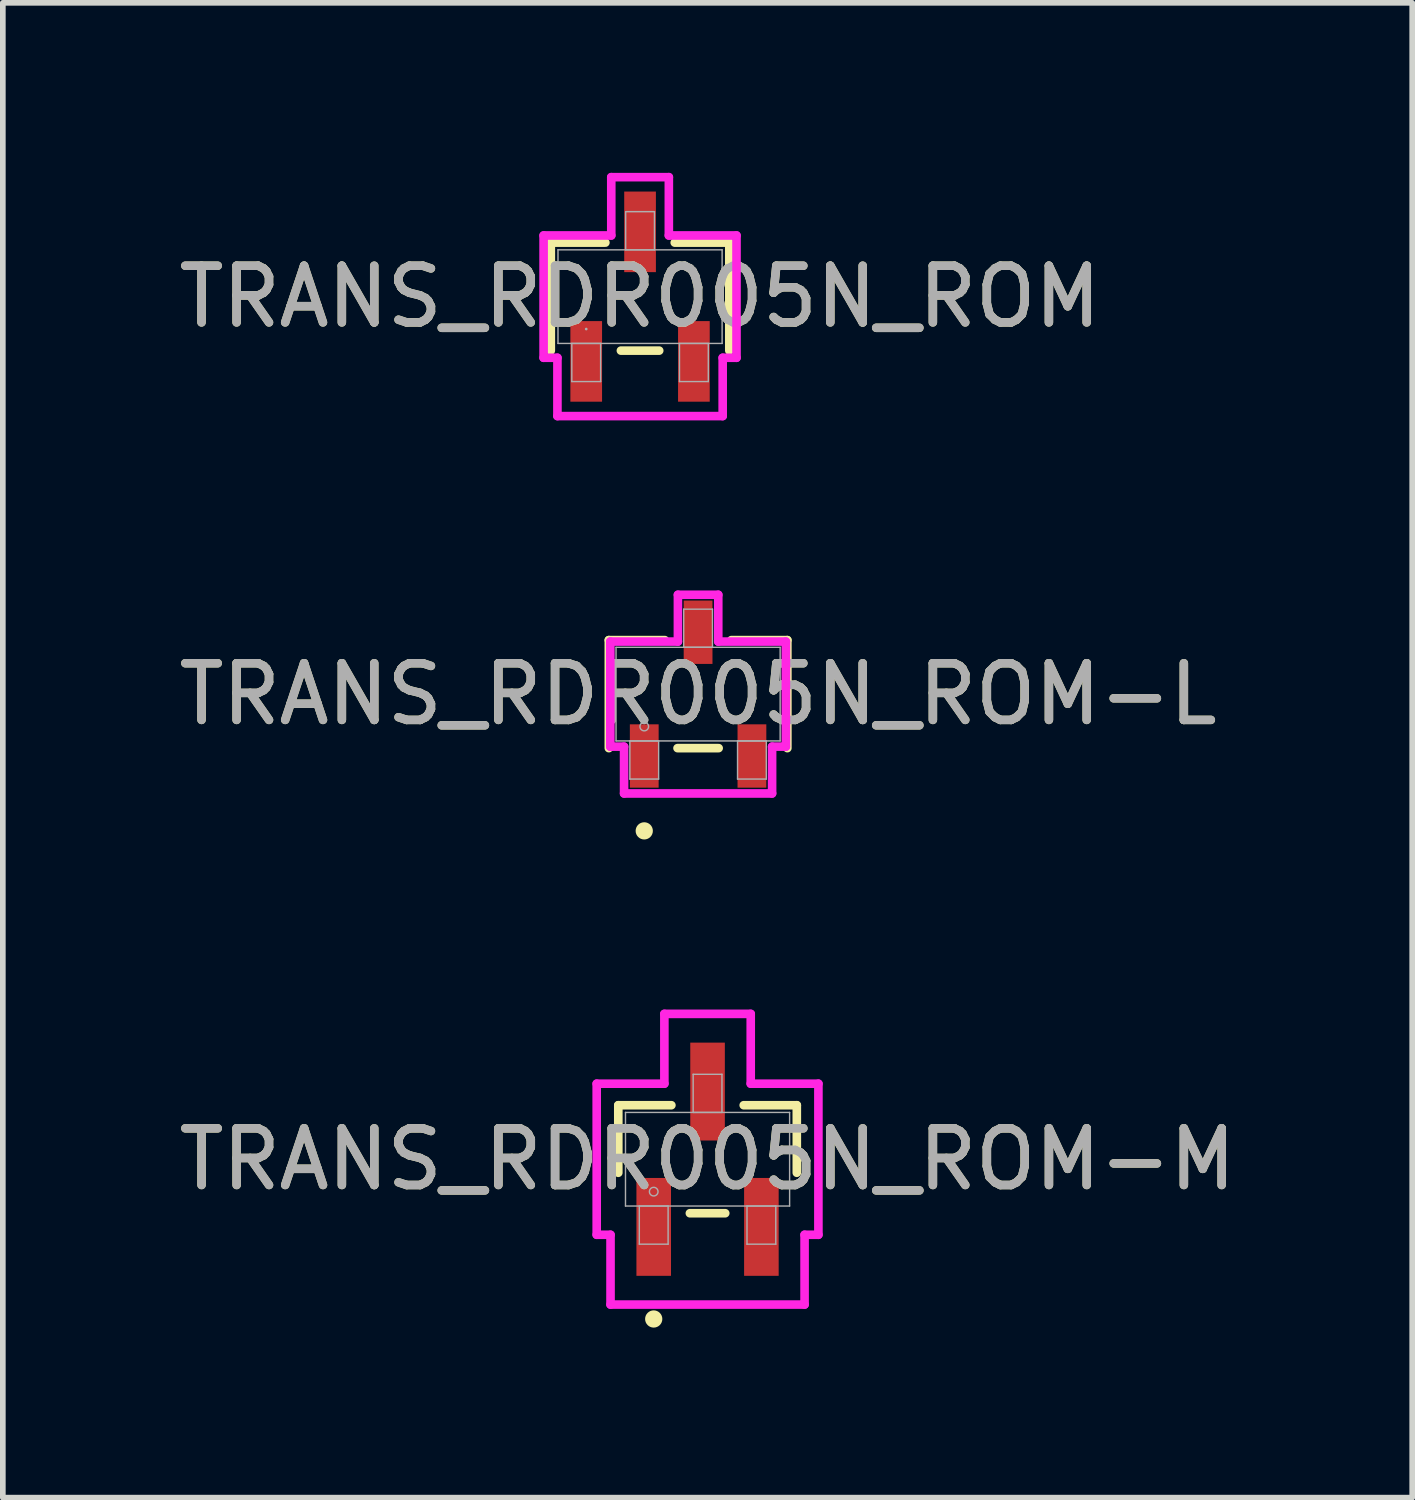
<source format=kicad_pcb>
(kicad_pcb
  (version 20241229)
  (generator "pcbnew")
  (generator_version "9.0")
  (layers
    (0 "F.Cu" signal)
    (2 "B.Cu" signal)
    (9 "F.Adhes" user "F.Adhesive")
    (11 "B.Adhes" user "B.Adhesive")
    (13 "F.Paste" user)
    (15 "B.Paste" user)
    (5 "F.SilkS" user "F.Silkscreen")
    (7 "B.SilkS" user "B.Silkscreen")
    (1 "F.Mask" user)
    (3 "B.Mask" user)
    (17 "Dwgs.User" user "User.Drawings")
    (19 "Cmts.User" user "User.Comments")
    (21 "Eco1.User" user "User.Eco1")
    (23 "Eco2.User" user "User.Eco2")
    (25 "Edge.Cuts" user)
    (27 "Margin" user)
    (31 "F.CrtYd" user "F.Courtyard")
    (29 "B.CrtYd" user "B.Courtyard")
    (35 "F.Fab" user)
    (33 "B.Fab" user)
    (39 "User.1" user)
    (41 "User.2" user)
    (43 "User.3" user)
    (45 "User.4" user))
  (footprint "TRANS_RDR005N_ROM-M"
    (layer "F.Cu")
    (at 9.435 17.405)
    (property "Reference" "TRANS_RDR005N_ROM-M" (at 0 0 0) (unlocked yes) (layer "F.SilkS") (effects (font (size 1 1) (thickness 0.15))))
    (attr smd)
    (fp_line (start -1.575 -0.953) (end -1.575 0.239) (stroke (width 0.152) (type solid)) (layer "F.SilkS"))
    (fp_line (start -0.638 -0.953) (end -1.575 -0.953) (stroke (width 0.152) (type solid)) (layer "F.SilkS"))
    (fp_line (start -0.312 0.953) (end 0.312 0.953) (stroke (width 0.152) (type solid)) (layer "F.SilkS"))
    (fp_line (start 1.575 -0.953) (end 0.638 -0.953) (stroke (width 0.152) (type solid)) (layer "F.SilkS"))
    (fp_line (start 1.575 0.239) (end 1.575 -0.953) (stroke (width 0.152) (type solid)) (layer "F.SilkS"))
    (fp_circle (center -0.95 2.819) (end -0.874 2.819) (stroke (width 0.152) (type solid)) (fill no) (layer "F.SilkS"))
    (fp_line (start -1.956 -1.333) (end -0.762 -1.333) (stroke (width 0.152) (type solid)) (layer "F.CrtYd"))
    (fp_line (start -1.956 1.333) (end -1.956 -1.333) (stroke (width 0.152) (type solid)) (layer "F.CrtYd"))
    (fp_line (start -1.956 1.333) (end -1.712 1.333) (stroke (width 0.152) (type solid)) (layer "F.CrtYd"))
    (fp_line (start -1.712 1.333) (end -1.712 2.565) (stroke (width 0.152) (type solid)) (layer "F.CrtYd"))
    (fp_line (start -1.712 2.565) (end 1.712 2.565) (stroke (width 0.152) (type solid)) (layer "F.CrtYd"))
    (fp_line (start -0.762 -2.565) (end 0.762 -2.565) (stroke (width 0.152) (type solid)) (layer "F.CrtYd"))
    (fp_line (start -0.762 -1.333) (end -0.762 -2.565) (stroke (width 0.152) (type solid)) (layer "F.CrtYd"))
    (fp_line (start 0.762 -1.333) (end 0.762 -2.565) (stroke (width 0.152) (type solid)) (layer "F.CrtYd"))
    (fp_line (start 1.712 1.333) (end 1.712 2.565) (stroke (width 0.152) (type solid)) (layer "F.CrtYd"))
    (fp_line (start 1.956 -1.333) (end 0.762 -1.333) (stroke (width 0.152) (type solid)) (layer "F.CrtYd"))
    (fp_line (start 1.956 -1.333) (end 1.956 1.333) (stroke (width 0.152) (type solid)) (layer "F.CrtYd"))
    (fp_line (start 1.956 1.333) (end 1.712 1.333) (stroke (width 0.152) (type solid)) (layer "F.CrtYd"))
    (fp_line (start -1.448 -0.826) (end -1.448 0.826) (stroke (width 0.025) (type solid)) (layer "F.Fab"))
    (fp_line (start -1.448 0.826) (end 1.448 0.826) (stroke (width 0.025) (type solid)) (layer "F.Fab"))
    (fp_line (start -1.204 0.826) (end -1.204 1.499) (stroke (width 0.025) (type solid)) (layer "F.Fab"))
    (fp_line (start -1.204 1.499) (end -0.696 1.499) (stroke (width 0.025) (type solid)) (layer "F.Fab"))
    (fp_line (start -0.696 0.826) (end -1.204 0.826) (stroke (width 0.025) (type solid)) (layer "F.Fab"))
    (fp_line (start -0.696 1.499) (end -0.696 0.826) (stroke (width 0.025) (type solid)) (layer "F.Fab"))
    (fp_line (start -0.254 -1.499) (end -0.254 -0.826) (stroke (width 0.025) (type solid)) (layer "F.Fab"))
    (fp_line (start -0.254 -0.826) (end 0.254 -0.826) (stroke (width 0.025) (type solid)) (layer "F.Fab"))
    (fp_line (start 0.254 -1.499) (end -0.254 -1.499) (stroke (width 0.025) (type solid)) (layer "F.Fab"))
    (fp_line (start 0.254 -0.826) (end 0.254 -1.499) (stroke (width 0.025) (type solid)) (layer "F.Fab"))
    (fp_line (start 0.696 0.826) (end 0.696 1.499) (stroke (width 0.025) (type solid)) (layer "F.Fab"))
    (fp_line (start 0.696 1.499) (end 1.204 1.499) (stroke (width 0.025) (type solid)) (layer "F.Fab"))
    (fp_line (start 1.204 0.826) (end 0.696 0.826) (stroke (width 0.025) (type solid)) (layer "F.Fab"))
    (fp_line (start 1.204 1.499) (end 1.204 0.826) (stroke (width 0.025) (type solid)) (layer "F.Fab"))
    (fp_line (start 1.448 -0.826) (end -1.448 -0.826) (stroke (width 0.025) (type solid)) (layer "F.Fab"))
    (fp_line (start 1.448 0.826) (end 1.448 -0.826) (stroke (width 0.025) (type solid)) (layer "F.Fab"))
    (fp_circle (center -0.95 0.572) (end -0.874 0.572) (stroke (width 0.025) (type solid)) (fill no) (layer "F.Fab"))
    (fp_text user "${REFERENCE}" (at 0 0 0) (unlocked yes) (layer "F.Fab") (effects (font (size 1 1) (thickness 0.15))))
    (pad "1" smd rect (at -0.95 1.194) (size 0.61 1.727) (layers "F.Cu" "F.Mask" "F.Paste"))
    (pad "2" smd rect (at 0.95 1.194) (size 0.61 1.727) (layers "F.Cu" "F.Mask" "F.Paste"))
    (pad "3" smd rect (at 0 -1.194) (size 0.61 1.727) (layers "F.Cu" "F.Mask" "F.Paste")))
  (footprint "TRANS_RDR005N_ROM-L"
    (layer "F.Cu")
    (at 9.268 9.198)
    (property "Reference" "TRANS_RDR005N_ROM-L" (at 0 0 0) (unlocked yes) (layer "F.SilkS") (effects (font (size 1 1) (thickness 0.15))))
    (attr smd)
    (fp_line (start -1.575 -0.953) (end -1.575 0.953) (stroke (width 0.152) (type solid)) (layer "F.SilkS"))
    (fp_line (start -0.587 -0.953) (end -1.575 -0.953) (stroke (width 0.152) (type solid)) (layer "F.SilkS"))
    (fp_line (start -0.363 0.953) (end 0.363 0.953) (stroke (width 0.152) (type solid)) (layer "F.SilkS"))
    (fp_line (start 1.575 -0.953) (end 0.587 -0.953) (stroke (width 0.152) (type solid)) (layer "F.SilkS"))
    (fp_line (start 1.575 0.953) (end 1.575 -0.953) (stroke (width 0.152) (type solid)) (layer "F.SilkS"))
    (fp_circle (center -0.95 2.413) (end -0.874 2.413) (stroke (width 0.152) (type solid)) (fill no) (layer "F.SilkS"))
    (fp_line (start -1.549 -0.927) (end -0.356 -0.927) (stroke (width 0.152) (type solid)) (layer "F.CrtYd"))
    (fp_line (start -1.549 0.927) (end -1.549 -0.927) (stroke (width 0.152) (type solid)) (layer "F.CrtYd"))
    (fp_line (start -1.549 0.927) (end -1.306 0.927) (stroke (width 0.152) (type solid)) (layer "F.CrtYd"))
    (fp_line (start -1.306 0.927) (end -1.306 1.753) (stroke (width 0.152) (type solid)) (layer "F.CrtYd"))
    (fp_line (start -1.306 1.753) (end 1.306 1.753) (stroke (width 0.152) (type solid)) (layer "F.CrtYd"))
    (fp_line (start -0.356 -1.753) (end 0.356 -1.753) (stroke (width 0.152) (type solid)) (layer "F.CrtYd"))
    (fp_line (start -0.356 -0.927) (end -0.356 -1.753) (stroke (width 0.152) (type solid)) (layer "F.CrtYd"))
    (fp_line (start 0.356 -0.927) (end 0.356 -1.753) (stroke (width 0.152) (type solid)) (layer "F.CrtYd"))
    (fp_line (start 1.306 0.927) (end 1.306 1.753) (stroke (width 0.152) (type solid)) (layer "F.CrtYd"))
    (fp_line (start 1.549 -0.927) (end 0.356 -0.927) (stroke (width 0.152) (type solid)) (layer "F.CrtYd"))
    (fp_line (start 1.549 -0.927) (end 1.549 0.927) (stroke (width 0.152) (type solid)) (layer "F.CrtYd"))
    (fp_line (start 1.549 0.927) (end 1.306 0.927) (stroke (width 0.152) (type solid)) (layer "F.CrtYd"))
    (fp_line (start -1.448 -0.826) (end -1.448 0.826) (stroke (width 0.025) (type solid)) (layer "F.Fab"))
    (fp_line (start -1.448 0.826) (end 1.448 0.826) (stroke (width 0.025) (type solid)) (layer "F.Fab"))
    (fp_line (start -1.204 0.826) (end -1.204 1.499) (stroke (width 0.025) (type solid)) (layer "F.Fab"))
    (fp_line (start -1.204 1.499) (end -0.696 1.499) (stroke (width 0.025) (type solid)) (layer "F.Fab"))
    (fp_line (start -0.696 0.826) (end -1.204 0.826) (stroke (width 0.025) (type solid)) (layer "F.Fab"))
    (fp_line (start -0.696 1.499) (end -0.696 0.826) (stroke (width 0.025) (type solid)) (layer "F.Fab"))
    (fp_line (start -0.254 -1.499) (end -0.254 -0.826) (stroke (width 0.025) (type solid)) (layer "F.Fab"))
    (fp_line (start -0.254 -0.826) (end 0.254 -0.826) (stroke (width 0.025) (type solid)) (layer "F.Fab"))
    (fp_line (start 0.254 -1.499) (end -0.254 -1.499) (stroke (width 0.025) (type solid)) (layer "F.Fab"))
    (fp_line (start 0.254 -0.826) (end 0.254 -1.499) (stroke (width 0.025) (type solid)) (layer "F.Fab"))
    (fp_line (start 0.696 0.826) (end 0.696 1.499) (stroke (width 0.025) (type solid)) (layer "F.Fab"))
    (fp_line (start 0.696 1.499) (end 1.204 1.499) (stroke (width 0.025) (type solid)) (layer "F.Fab"))
    (fp_line (start 1.204 0.826) (end 0.696 0.826) (stroke (width 0.025) (type solid)) (layer "F.Fab"))
    (fp_line (start 1.204 1.499) (end 1.204 0.826) (stroke (width 0.025) (type solid)) (layer "F.Fab"))
    (fp_line (start 1.448 -0.826) (end -1.448 -0.826) (stroke (width 0.025) (type solid)) (layer "F.Fab"))
    (fp_line (start 1.448 0.826) (end 1.448 -0.826) (stroke (width 0.025) (type solid)) (layer "F.Fab"))
    (fp_circle (center -0.95 0.572) (end -0.874 0.572) (stroke (width 0.025) (type solid)) (fill no) (layer "F.Fab"))
    (fp_text user "${REFERENCE}" (at 0 0 0) (unlocked yes) (layer "F.Fab") (effects (font (size 1 1) (thickness 0.15))))
    (pad "1" smd rect (at -0.95 1.092) (size 0.508 1.118) (layers "F.Cu" "F.Mask" "F.Paste"))
    (pad "2" smd rect (at 0.95 1.092) (size 0.508 1.118) (layers "F.Cu" "F.Mask" "F.Paste"))
    (pad "3" smd rect (at 0 -1.092) (size 0.508 1.118) (layers "F.Cu" "F.Mask" "F.Paste")))
  (footprint "TRANS_RDR005N_ROM"
    (layer "F.Cu")
    (at 8.244 2.184)
    (property "Reference" "TRANS_RDR005N_ROM" (at 0 0 0) (unlocked yes) (layer "F.SilkS") (effects (font (size 1 1) (thickness 0.15))))
    (attr smd)
    (fp_line (start -1.575 -0.953) (end -1.575 0.953) (stroke (width 0.152) (type solid)) (layer "F.SilkS"))
    (fp_line (start -0.612 -0.953) (end -1.575 -0.953) (stroke (width 0.152) (type solid)) (layer "F.SilkS"))
    (fp_line (start -0.338 0.953) (end 0.338 0.953) (stroke (width 0.152) (type solid)) (layer "F.SilkS"))
    (fp_line (start 1.575 -0.953) (end 0.612 -0.953) (stroke (width 0.152) (type solid)) (layer "F.SilkS"))
    (fp_line (start 1.575 0.953) (end 1.575 -0.953) (stroke (width 0.152) (type solid)) (layer "F.SilkS"))
    (fp_line (start -1.702 -1.079) (end -0.508 -1.079) (stroke (width 0.152) (type solid)) (layer "F.CrtYd"))
    (fp_line (start -1.702 1.079) (end -1.702 -1.079) (stroke (width 0.152) (type solid)) (layer "F.CrtYd"))
    (fp_line (start -1.702 1.079) (end -1.458 1.079) (stroke (width 0.152) (type solid)) (layer "F.CrtYd"))
    (fp_line (start -1.458 1.079) (end -1.458 2.108) (stroke (width 0.152) (type solid)) (layer "F.CrtYd"))
    (fp_line (start -1.458 2.108) (end 1.458 2.108) (stroke (width 0.152) (type solid)) (layer "F.CrtYd"))
    (fp_line (start -0.508 -2.108) (end 0.508 -2.108) (stroke (width 0.152) (type solid)) (layer "F.CrtYd"))
    (fp_line (start -0.508 -1.079) (end -0.508 -2.108) (stroke (width 0.152) (type solid)) (layer "F.CrtYd"))
    (fp_line (start 0.508 -1.079) (end 0.508 -2.108) (stroke (width 0.152) (type solid)) (layer "F.CrtYd"))
    (fp_line (start 1.458 1.079) (end 1.458 2.108) (stroke (width 0.152) (type solid)) (layer "F.CrtYd"))
    (fp_line (start 1.702 -1.079) (end 0.508 -1.079) (stroke (width 0.152) (type solid)) (layer "F.CrtYd"))
    (fp_line (start 1.702 -1.079) (end 1.702 1.079) (stroke (width 0.152) (type solid)) (layer "F.CrtYd"))
    (fp_line (start 1.702 1.079) (end 1.458 1.079) (stroke (width 0.152) (type solid)) (layer "F.CrtYd"))
    (fp_line (start -1.448 -0.826) (end -1.448 0.826) (stroke (width 0.025) (type solid)) (layer "F.Fab"))
    (fp_line (start -1.448 0.826) (end 1.448 0.826) (stroke (width 0.025) (type solid)) (layer "F.Fab"))
    (fp_line (start -1.204 0.826) (end -1.204 1.499) (stroke (width 0.025) (type solid)) (layer "F.Fab"))
    (fp_line (start -1.204 1.499) (end -0.696 1.499) (stroke (width 0.025) (type solid)) (layer "F.Fab"))
    (fp_line (start -0.696 0.826) (end -1.204 0.826) (stroke (width 0.025) (type solid)) (layer "F.Fab"))
    (fp_line (start -0.696 1.499) (end -0.696 0.826) (stroke (width 0.025) (type solid)) (layer "F.Fab"))
    (fp_line (start -0.254 -1.499) (end -0.254 -0.826) (stroke (width 0.025) (type solid)) (layer "F.Fab"))
    (fp_line (start -0.254 -0.826) (end 0.254 -0.826) (stroke (width 0.025) (type solid)) (layer "F.Fab"))
    (fp_line (start 0.254 -1.499) (end -0.254 -1.499) (stroke (width 0.025) (type solid)) (layer "F.Fab"))
    (fp_line (start 0.254 -0.826) (end 0.254 -1.499) (stroke (width 0.025) (type solid)) (layer "F.Fab"))
    (fp_line (start 0.696 0.826) (end 0.696 1.499) (stroke (width 0.025) (type solid)) (layer "F.Fab"))
    (fp_line (start 0.696 1.499) (end 1.204 1.499) (stroke (width 0.025) (type solid)) (layer "F.Fab"))
    (fp_line (start 1.204 0.826) (end 0.696 0.826) (stroke (width 0.025) (type solid)) (layer "F.Fab"))
    (fp_line (start 1.204 1.499) (end 1.204 0.826) (stroke (width 0.025) (type solid)) (layer "F.Fab"))
    (fp_line (start 1.448 -0.826) (end -1.448 -0.826) (stroke (width 0.025) (type solid)) (layer "F.Fab"))
    (fp_line (start 1.448 0.826) (end 1.448 -0.826) (stroke (width 0.025) (type solid)) (layer "F.Fab"))
    (fp_circle (center -0.95 0.572) (end -0.95 0.572) (stroke (width 0.025) (type solid)) (fill no) (layer "F.Fab"))
    (fp_text user "${REFERENCE}" (at 0 0 0) (unlocked yes) (layer "F.Fab") (effects (font (size 1 1) (thickness 0.15))))
    (pad "1" smd rect (at -0.95 1.143) (size 0.559 1.422) (layers "F.Cu" "F.Mask" "F.Paste"))
    (pad "2" smd rect (at 0.95 1.143) (size 0.559 1.422) (layers "F.Cu" "F.Mask" "F.Paste"))
    (pad "3" smd rect (at 0 -1.143) (size 0.559 1.422) (layers "F.Cu" "F.Mask" "F.Paste")))
  (gr_rect
    (start -3 -3)
    (end 21.869 23.376)
    (stroke (width 0.1) (type default))
    (fill no)
    (layer "Edge.Cuts")))
</source>
